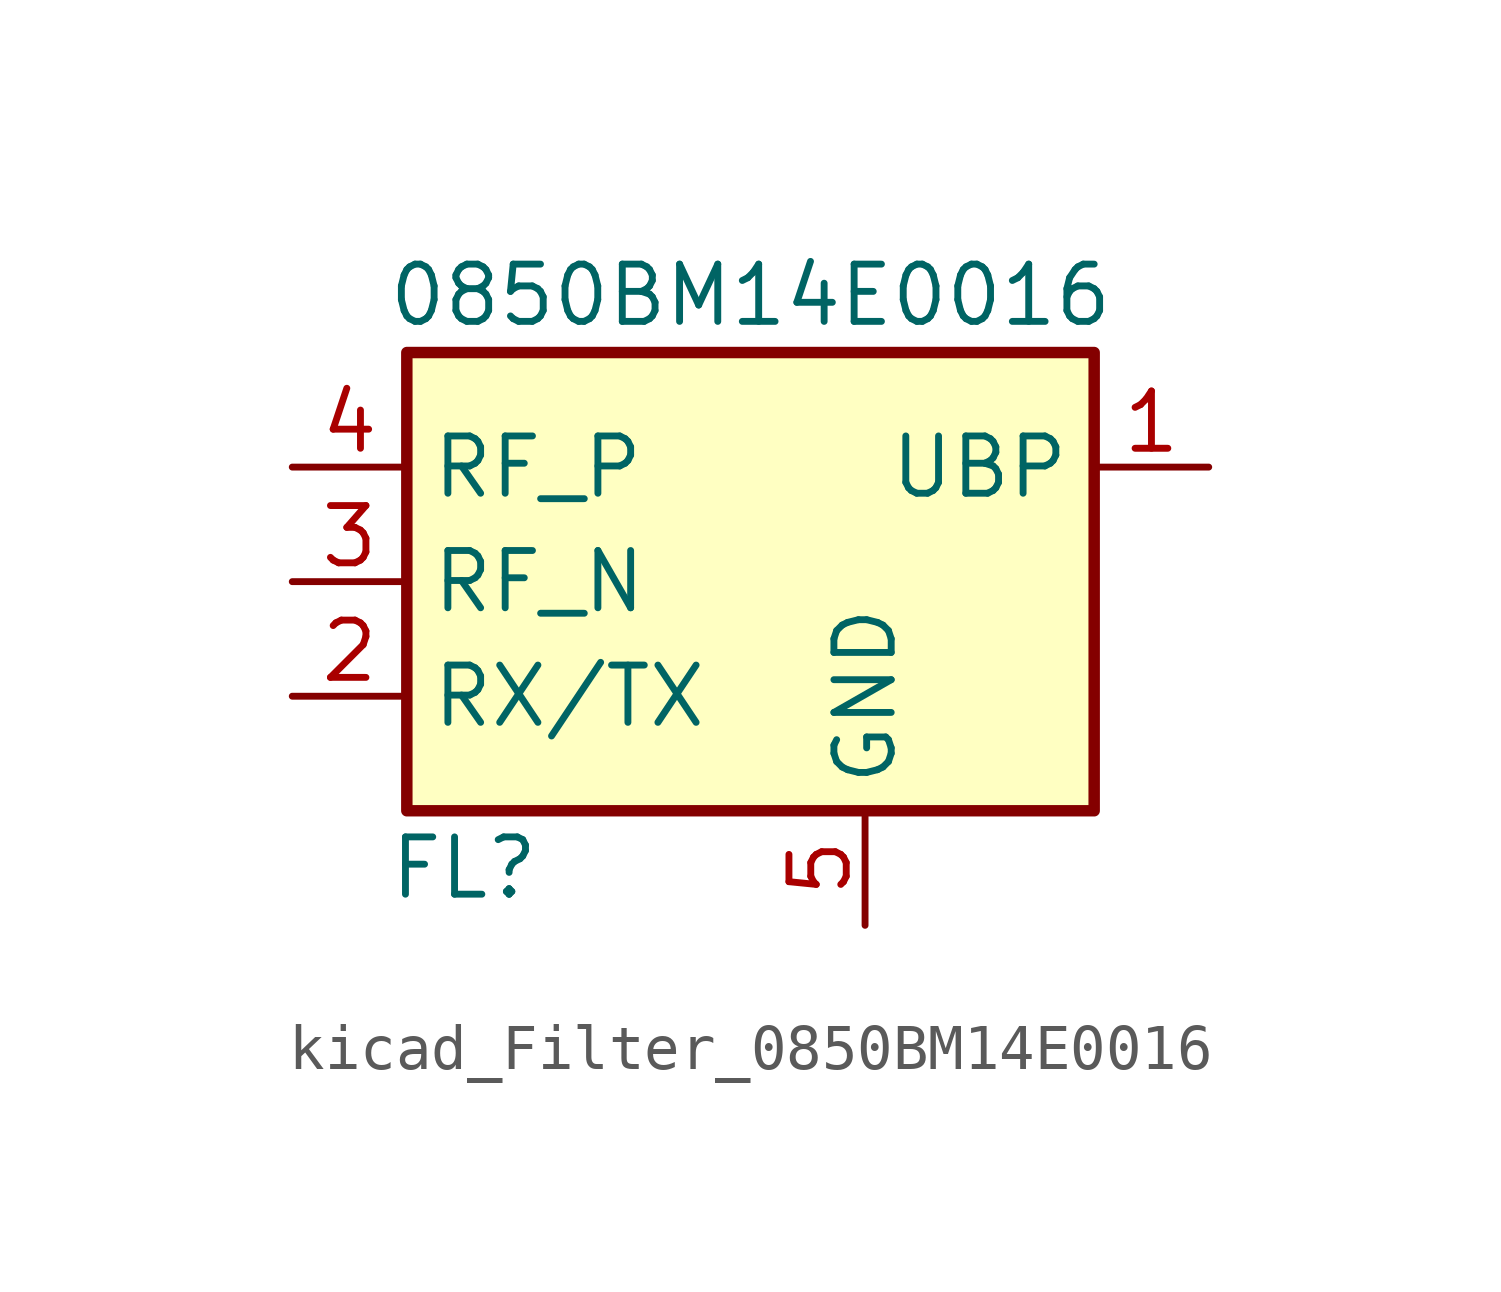
<source format=kicad_sym>
(kicad_symbol_lib
  (version 20220914)
  (generator kicad_symbol_editor)
  (symbol "kicad_Filter_0850BM14E0016"
    (property "Reference" "FL"
      (at -6.35 -6.35 0)
      (effects (font (size 1.27 1.27))))
    (property "Value" "0850BM14E0016"
      (at 0 6.35 0)
      (effects (font (size 1.27 1.27))))
    (symbol "kicad_Filter_0850BM14E0016_0_0"
      (pin passive line (at 10.16 2.54 180) (length 2.54) (name "UBP" (effects (font (size 1.27 1.27)))) (number "1" (effects (font (size 1.27 1.27)))))
      (pin passive line (at -10.16 -2.54 0) (length 2.54) (name "RX/TX" (effects (font (size 1.27 1.27)))) (number "2" (effects (font (size 1.27 1.27)))))
      (pin passive line (at -10.16 0 0) (length 2.54) (name "RF_N" (effects (font (size 1.27 1.27)))) (number "3" (effects (font (size 1.27 1.27)))))
      (pin passive line (at -10.16 2.54 0) (length 2.54) (name "RF_P" (effects (font (size 1.27 1.27)))) (number "4" (effects (font (size 1.27 1.27)))))
      (pin power_in line (at 2.54 -7.62 90) (length 2.54) (name "GND" (effects (font (size 1.27 1.27)))) (number "5" (effects (font (size 1.27 1.27)))))
      (pin passive line (at 2.54 -7.62 90) (length 2.54) hide (name "GND" (effects (font (size 1.27 1.27)))) (number "6" (effects (font (size 1.27 1.27))))))
    (symbol "kicad_Filter_0850BM14E0016_0_1"
      (rectangle (start -7.62 5.08) (end 7.62 -5.08) (stroke (width 0.254) (type default)) (fill (type background))))))
</source>
